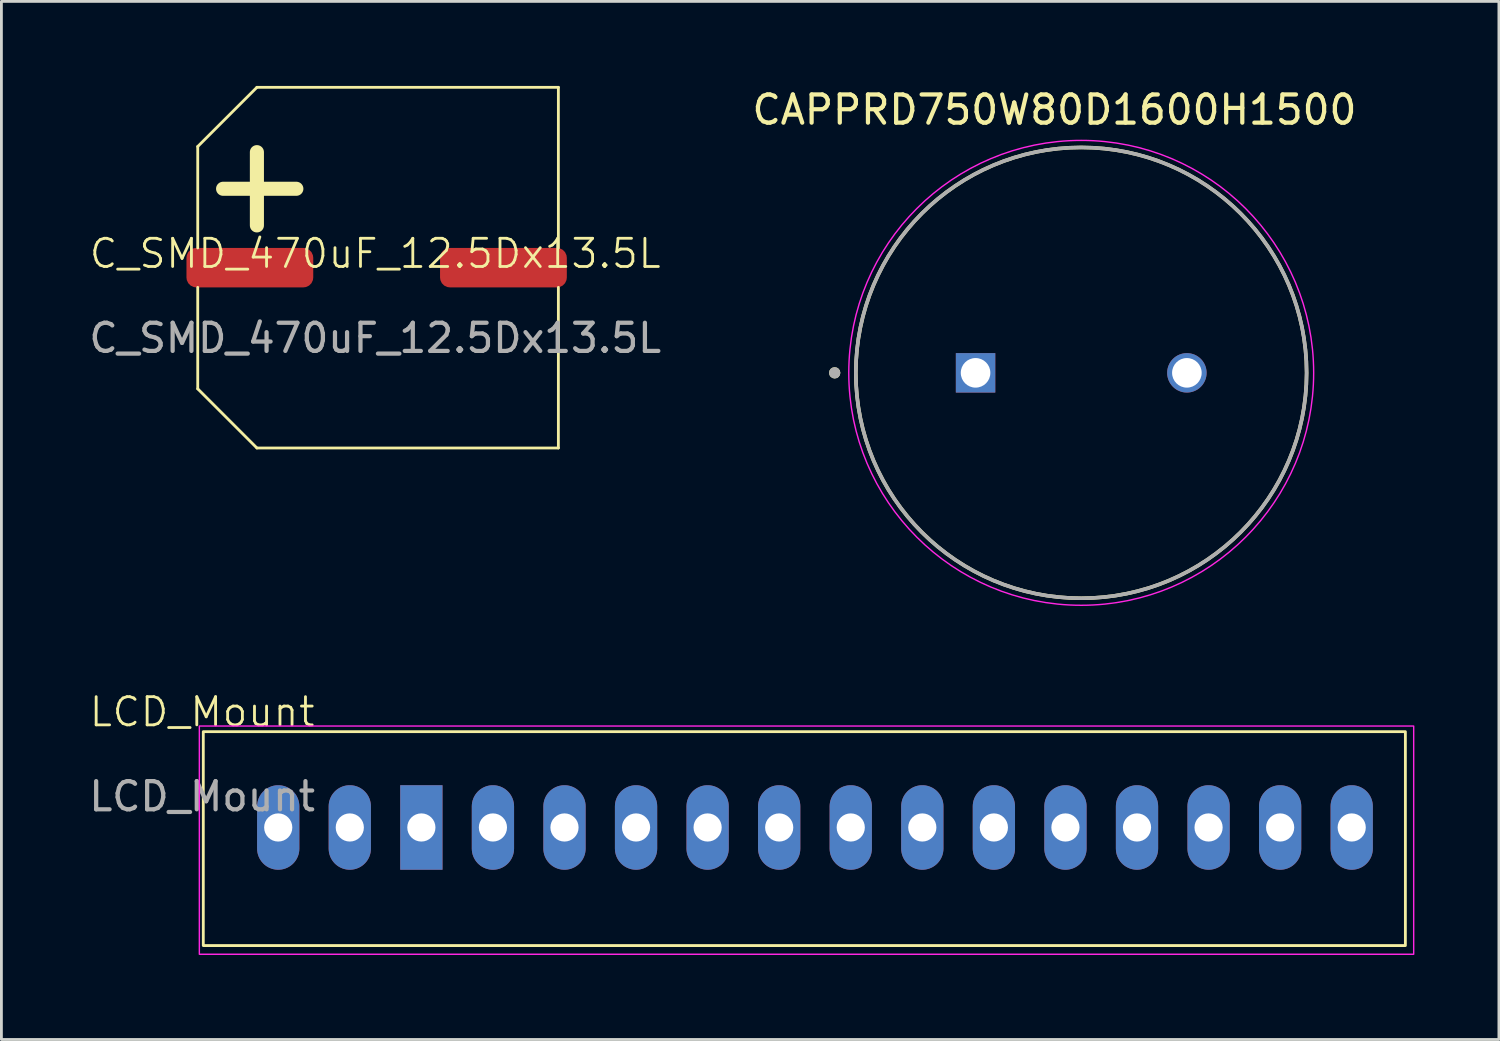
<source format=kicad_pcb>
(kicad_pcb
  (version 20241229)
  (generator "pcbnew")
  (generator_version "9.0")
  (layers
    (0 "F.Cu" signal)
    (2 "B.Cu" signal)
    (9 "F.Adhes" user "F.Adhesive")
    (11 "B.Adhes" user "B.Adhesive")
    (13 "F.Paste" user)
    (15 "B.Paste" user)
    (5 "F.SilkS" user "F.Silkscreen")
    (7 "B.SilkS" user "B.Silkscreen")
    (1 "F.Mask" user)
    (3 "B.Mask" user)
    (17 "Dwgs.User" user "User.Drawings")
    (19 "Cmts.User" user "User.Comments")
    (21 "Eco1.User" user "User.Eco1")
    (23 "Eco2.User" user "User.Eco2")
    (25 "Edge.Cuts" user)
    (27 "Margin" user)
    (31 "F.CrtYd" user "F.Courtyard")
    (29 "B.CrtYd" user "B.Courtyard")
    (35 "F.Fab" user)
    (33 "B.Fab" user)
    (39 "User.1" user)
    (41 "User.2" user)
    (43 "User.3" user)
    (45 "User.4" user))
  (footprint "LCD_Mount"
    (layer "F.Cu")
    (at 4.125 22.719)
    (property "Reference" "LCD_Mount" (at 0 -0.5 0) (unlocked yes) (layer "F.SilkS") (effects (font (size 1 1) (thickness 0.1))))
    (attr through_hole)
    (fp_rect (start 0.04 0.2) (end 42.705 7.791) (stroke (width 0.1) (type default)) (fill no) (layer "F.SilkS"))
    (fp_rect (start -0.1 0) (end 43 8.1) (stroke (width 0.05) (type default)) (fill no) (layer "F.CrtYd"))
    (fp_text user "${REFERENCE}" (at 0 2.5 0) (unlocked yes) (layer "F.Fab") (effects (font (size 1 1) (thickness 0.15))))
    (pad "1" thru_hole rect (at 7.78 3.6 180) (size 1.5 3) (drill 1) (layers "*.Cu" "*.Mask"))
    (pad "2" thru_hole oval (at 10.32 3.6 180) (size 1.5 3) (drill 1) (layers "*.Cu" "*.Mask"))
    (pad "3" thru_hole oval (at 12.86 3.6 180) (size 1.5 3) (drill 1) (layers "*.Cu" "*.Mask"))
    (pad "4" thru_hole oval (at 15.4 3.6 180) (size 1.5 3) (drill 1) (layers "*.Cu" "*.Mask"))
    (pad "5" thru_hole oval (at 17.94 3.6 180) (size 1.5 3) (drill 1) (layers "*.Cu" "*.Mask"))
    (pad "6" thru_hole oval (at 20.48 3.6 180) (size 1.5 3) (drill 1) (layers "*.Cu" "*.Mask"))
    (pad "7" thru_hole oval (at 23.02 3.6 180) (size 1.5 3) (drill 1) (layers "*.Cu" "*.Mask"))
    (pad "8" thru_hole oval (at 25.56 3.6 180) (size 1.5 3) (drill 1) (layers "*.Cu" "*.Mask"))
    (pad "9" thru_hole oval (at 28.1 3.6 180) (size 1.5 3) (drill 1) (layers "*.Cu" "*.Mask"))
    (pad "10" thru_hole oval (at 30.64 3.6 180) (size 1.5 3) (drill 1) (layers "*.Cu" "*.Mask"))
    (pad "11" thru_hole oval (at 33.18 3.6 180) (size 1.5 3) (drill 1) (layers "*.Cu" "*.Mask"))
    (pad "12" thru_hole oval (at 35.72 3.6 180) (size 1.5 3) (drill 1) (layers "*.Cu" "*.Mask"))
    (pad "13" thru_hole oval (at 38.26 3.6 180) (size 1.5 3) (drill 1) (layers "*.Cu" "*.Mask"))
    (pad "14" thru_hole oval (at 40.8 3.6 180) (size 1.5 3) (drill 1) (layers "*.Cu" "*.Mask"))
    (pad "15" thru_hole oval (at 5.24 3.6 180) (size 1.5 3) (drill 1) (layers "*.Cu" "*.Mask"))
    (pad "16" thru_hole oval (at 2.7 3.6 180) (size 1.5 3) (drill 1) (layers "*.Cu" "*.Mask")))
  (footprint "C_SMD_470uF_12.5Dx13.5L"
    (layer "F.Cu")
    (at 10.268 6.45)
    (property "Reference" "C_SMD_470uF_12.5Dx13.5L" (at 0 -0.5 0) (unlocked yes) (layer "F.SilkS") (effects (font (size 1 1) (thickness 0.1))))
    (attr smd)
    (fp_line (start -6.3 -4.3) (end -6.3 -0.7) (stroke (width 0.1) (type default)) (layer "F.SilkS"))
    (fp_line (start -6.3 -4.3) (end -4.2 -6.4) (stroke (width 0.1) (type default)) (layer "F.SilkS"))
    (fp_line (start -6.3 0.7) (end -6.3 4.3) (stroke (width 0.1) (type default)) (layer "F.SilkS"))
    (fp_line (start -6.3 4.3) (end -4.2 6.4) (stroke (width 0.1) (type default)) (layer "F.SilkS"))
    (fp_line (start -5.4 -2.8) (end -2.8 -2.8) (stroke (width 0.5) (type default)) (layer "F.SilkS"))
    (fp_line (start -4.2 -6.4) (end 6.5 -6.4) (stroke (width 0.1) (type default)) (layer "F.SilkS"))
    (fp_line (start -4.2 -4.1) (end -4.2 -1.5) (stroke (width 0.5) (type default)) (layer "F.SilkS"))
    (fp_line (start -4.2 6.4) (end 6.5 6.4) (stroke (width 0.1) (type default)) (layer "F.SilkS"))
    (fp_line (start 6.5 -6.4) (end 6.5 -0.7) (stroke (width 0.1) (type default)) (layer "F.SilkS"))
    (fp_line (start 6.5 0.7) (end 6.5 6.4) (stroke (width 0.1) (type default)) (layer "F.SilkS"))
    (fp_text user "${REFERENCE}" (at 0 2.5 0) (unlocked yes) (layer "F.Fab") (effects (font (size 1 1) (thickness 0.15))))
    (pad "1" smd roundrect (at -4.45 0) (size 4.5 1.4) (layers "F.Cu" "F.Mask" "F.Paste") (roundrect_rratio 0.25))
    (pad "2" smd roundrect (at 4.55 0) (size 4.5 1.4) (layers "F.Cu" "F.Mask" "F.Paste") (roundrect_rratio 0.25)))
  (footprint "CAPPRD750W80D1600H1500"
    (layer "F.Cu")
    (at 35.325 10.183)
    (property "Reference" "CAPPRD750W80D1600H1500" (at -0.95 -9.335 0) (layer "F.SilkS") (effects (font (size 1 1) (thickness 0.15))))
    (attr through_hole)
    (fp_circle (center -8.75 0) (end -8.65 0) (stroke (width 0.2) (type solid)) (fill no) (layer "F.SilkS"))
    (fp_circle (center 0 0) (end 8 0) (stroke (width 0.127) (type solid)) (fill no) (layer "F.SilkS"))
    (fp_circle (center 0 0) (end 8.25 0) (stroke (width 0.05) (type solid)) (fill no) (layer "F.CrtYd"))
    (fp_circle (center -8.75 0) (end -8.65 0) (stroke (width 0.2) (type solid)) (fill no) (layer "F.Fab"))
    (fp_circle (center 0 0) (end 8 0) (stroke (width 0.127) (type solid)) (fill no) (layer "F.Fab"))
    (pad "N" thru_hole circle (at 3.75 0) (size 1.4 1.4) (drill 1.05) (layers "*.Cu" "*.Mask"))
    (pad "P" thru_hole rect (at -3.75 0) (size 1.4 1.4) (drill 1.05) (layers "*.Cu" "*.Mask")))
  (gr_rect
    (start -3 -3)
    (end 50.15 33.844)
    (stroke (width 0.1) (type default))
    (fill no)
    (layer "Edge.Cuts")))
</source>
